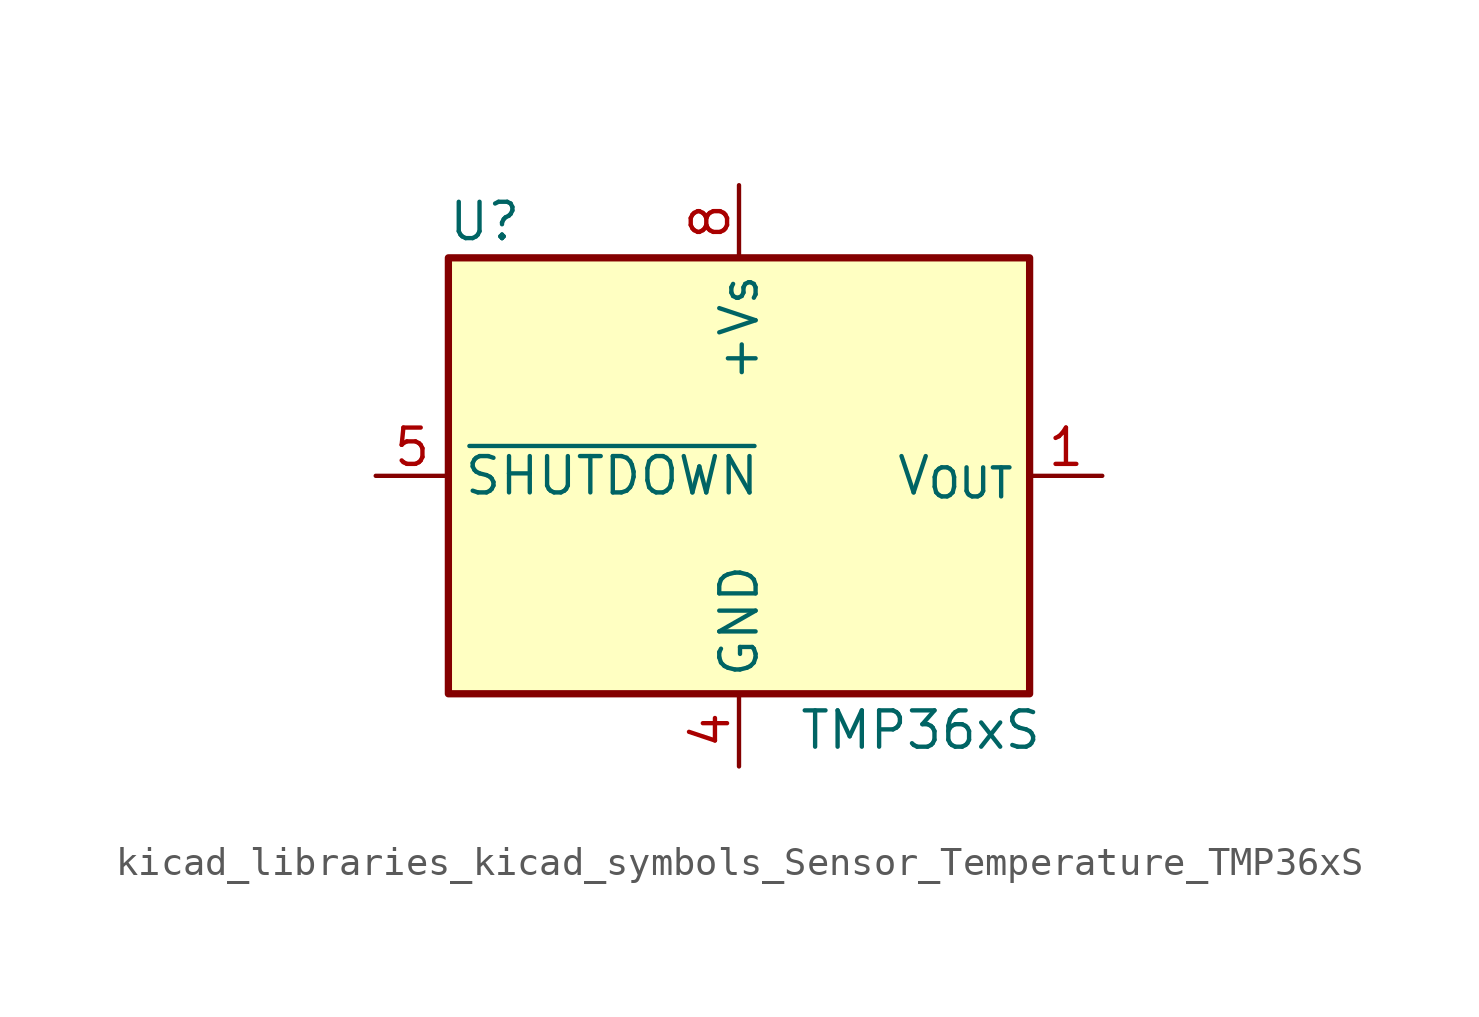
<source format=kicad_sym>
(kicad_symbol_lib
  (version 20220914)
  (generator kicad_symbol_editor)
  (symbol "kicad_libraries_kicad_symbols_Sensor_Temperature_TMP36xS"
    (property "Reference" "U"
      (at -8.89 8.89 0)
      (effects (font (size 1.27 1.27))))
    (property "Value" "TMP36xS"
      (at 6.35 -8.89 0)
      (effects (font (size 1.27 1.27))))
    (symbol "kicad_libraries_kicad_symbols_Sensor_Temperature_TMP36xS_0_1"
      (rectangle (start -10.16 7.62) (end 10.16 -7.62) (stroke (width 0.254) (type default)) (fill (type background))))
    (symbol "kicad_libraries_kicad_symbols_Sensor_Temperature_TMP36xS_1_1"
      (pin output line (at 12.7 0 180) (length 2.54) (name "V_{OUT}" (effects (font (size 1.27 1.27)))) (number "1" (effects (font (size 1.27 1.27)))))
      (pin power_in line (at 0 -10.16 90) (length 2.54) (name "GND" (effects (font (size 1.27 1.27)))) (number "4" (effects (font (size 1.27 1.27)))))
      (pin input line (at -12.7 0 0) (length 2.54) (name "~{SHUTDOWN}" (effects (font (size 1.27 1.27)))) (number "5" (effects (font (size 1.27 1.27)))))
      (pin power_in line (at 0 10.16 270) (length 2.54) (name "+Vs" (effects (font (size 1.27 1.27)))) (number "8" (effects (font (size 1.27 1.27))))))))
</source>
